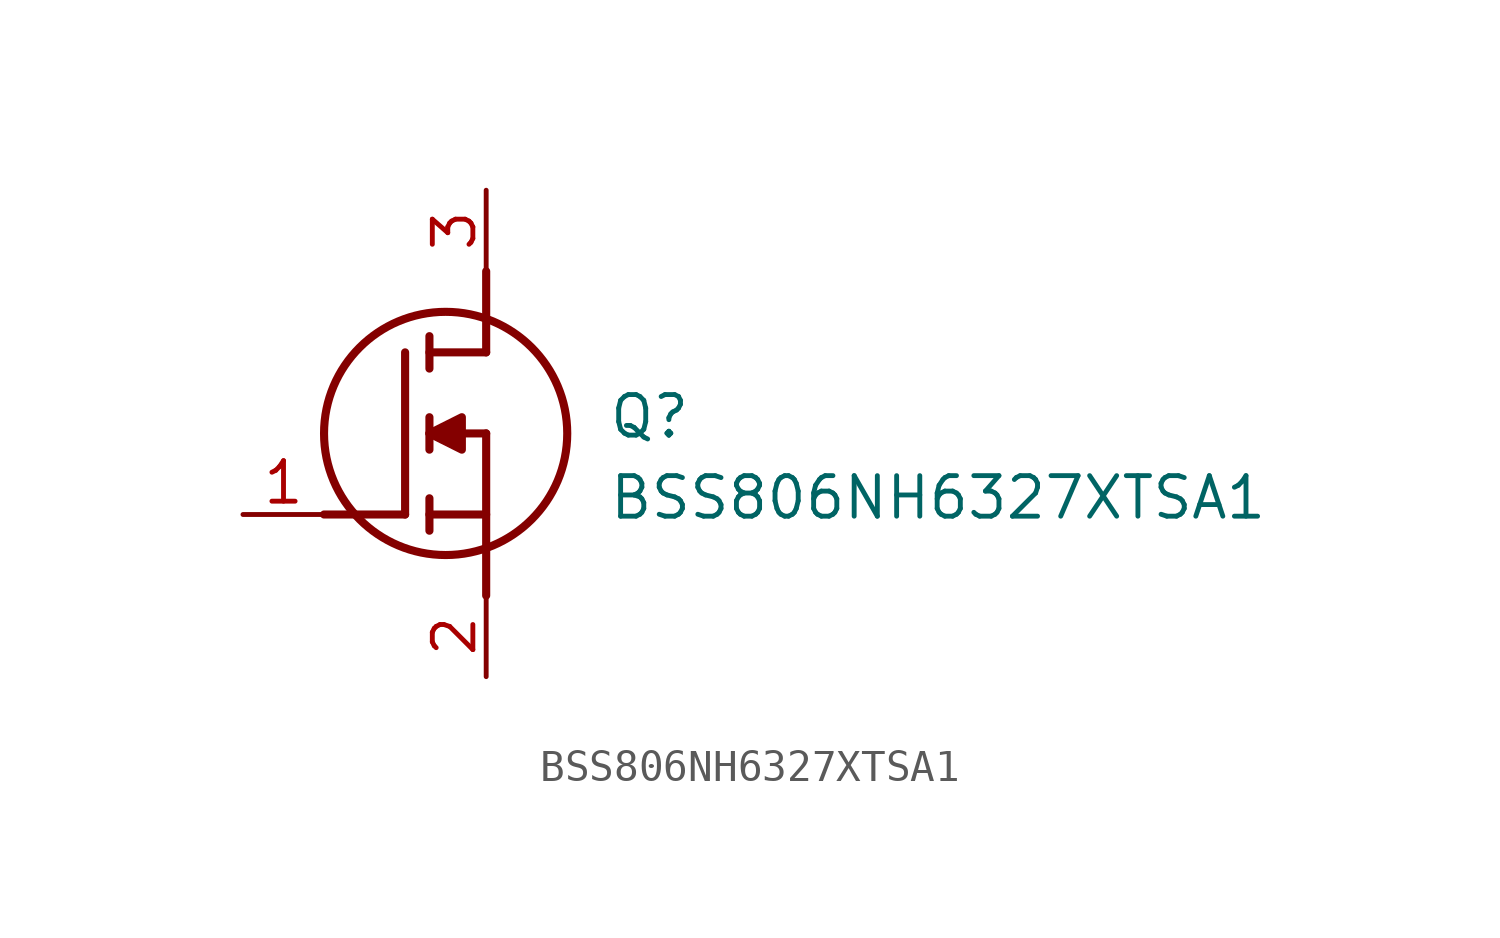
<source format=kicad_sym>
(kicad_symbol_lib
  (version 20220914)
  (generator kicad_symbol_editor)
  (symbol "BSS806NH6327XTSA1"
    (pin_names hide)
    (property "Reference" "Q"
      (at 11.43 3.81 0)
      (effects (font (size 1.27 1.27)) (justify left top)))
    (property "Value" "BSS806NH6327XTSA1"
      (at 11.43 1.27 0)
      (effects (font (size 1.27 1.27)) (justify left top)))
    (symbol "BSS806NH6327XTSA1_1_1"
      (polyline (pts (xy 2.54 0) (xy 5.08 0)) (stroke (width 0.254) (type default)) (fill (type none)))
      (polyline (pts (xy 5.08 5.08) (xy 5.08 0)) (stroke (width 0.254) (type default)) (fill (type none)))
      (polyline (pts (xy 5.842 -0.508) (xy 5.842 0.508)) (stroke (width 0.254) (type default)) (fill (type none)))
      (polyline (pts (xy 5.842 0) (xy 7.62 0)) (stroke (width 0.254) (type default)) (fill (type none)))
      (polyline (pts (xy 5.842 2.032) (xy 5.842 3.048)) (stroke (width 0.254) (type default)) (fill (type none)))
      (polyline (pts (xy 5.842 5.588) (xy 5.842 4.572)) (stroke (width 0.254) (type default)) (fill (type none)))
      (polyline (pts (xy 7.62 2.54) (xy 5.842 2.54)) (stroke (width 0.254) (type default)) (fill (type none)))
      (polyline (pts (xy 7.62 2.54) (xy 7.62 -2.54)) (stroke (width 0.254) (type default)) (fill (type none)))
      (polyline (pts (xy 7.62 5.08) (xy 5.842 5.08)) (stroke (width 0.254) (type default)) (fill (type none)))
      (polyline (pts (xy 7.62 5.08) (xy 7.62 7.62)) (stroke (width 0.254) (type default)) (fill (type none)))
      (polyline (pts (xy 5.842 2.54) (xy 6.858 3.048) (xy 6.858 2.032) (xy 5.842 2.54)) (stroke (width 0.254) (type default)) (fill (type outline)))
      (circle (center 6.35 2.54) (radius 3.81) (stroke (width 0.254) (type default)) (fill (type none)))
      (pin passive line (at 0 0 0) (length 2.54) (name "G" (effects (font (size 1.27 1.27)))) (number "1" (effects (font (size 1.27 1.27)))))
      (pin passive line (at 7.62 -5.08 90) (length 2.54) (name "S" (effects (font (size 1.27 1.27)))) (number "2" (effects (font (size 1.27 1.27)))))
      (pin passive line (at 7.62 10.16 270) (length 2.54) (name "D" (effects (font (size 1.27 1.27)))) (number "3" (effects (font (size 1.27 1.27))))))))
</source>
